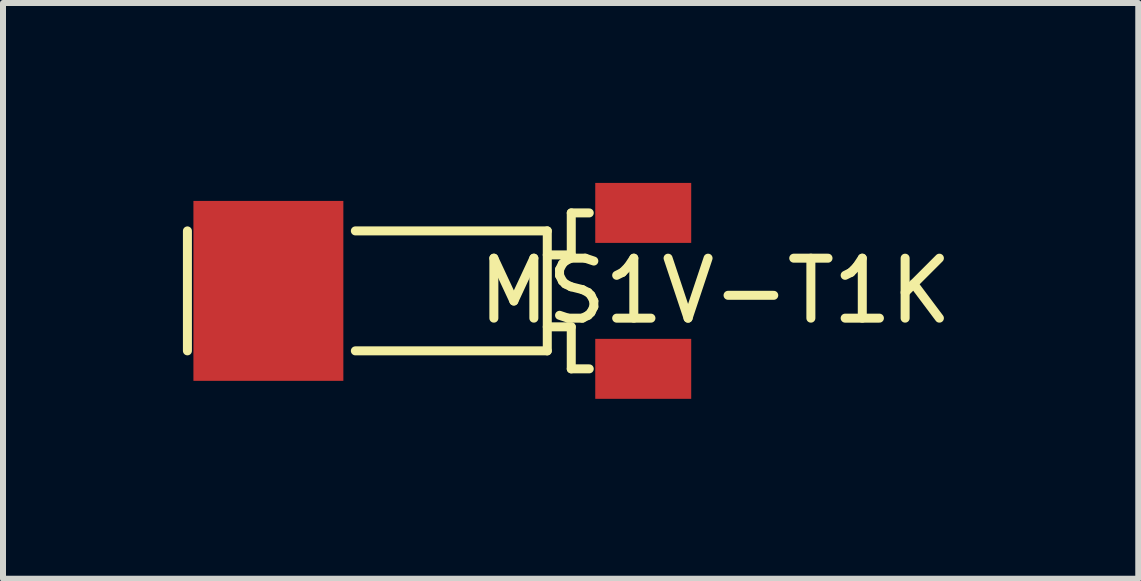
<source format=kicad_pcb>
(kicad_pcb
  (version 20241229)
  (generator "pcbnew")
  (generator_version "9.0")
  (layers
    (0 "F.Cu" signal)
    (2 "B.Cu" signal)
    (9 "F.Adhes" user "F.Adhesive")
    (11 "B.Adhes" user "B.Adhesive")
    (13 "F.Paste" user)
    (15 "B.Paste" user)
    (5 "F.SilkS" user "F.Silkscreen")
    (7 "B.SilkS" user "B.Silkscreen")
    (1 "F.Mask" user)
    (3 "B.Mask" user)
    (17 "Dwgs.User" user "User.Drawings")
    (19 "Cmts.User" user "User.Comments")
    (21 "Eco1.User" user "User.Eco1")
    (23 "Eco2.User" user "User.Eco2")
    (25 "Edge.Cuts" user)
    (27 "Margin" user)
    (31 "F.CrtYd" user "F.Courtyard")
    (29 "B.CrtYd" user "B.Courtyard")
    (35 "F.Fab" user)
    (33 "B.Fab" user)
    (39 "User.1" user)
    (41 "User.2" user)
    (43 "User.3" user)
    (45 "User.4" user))
  (footprint "MS1V-T1K"
    (layer "F.Cu")
    (at 6.875 1.8)
    (property "Reference" "MS1V-T1K" (at 2 0 0) (layer "F.SilkS") (effects (font (size 1 1) (thickness 0.15))))
    (attr through_hole)
    (fp_line (start -6.8 -1) (end -6.8 1) (stroke (width 0.15) (type solid)) (layer "F.SilkS"))
    (fp_line (start -4 -1) (end -0.8 -1) (stroke (width 0.15) (type solid)) (layer "F.SilkS"))
    (fp_line (start -4 1) (end -0.8 1) (stroke (width 0.15) (type solid)) (layer "F.SilkS"))
    (fp_line (start -0.8 -1) (end -0.8 1) (stroke (width 0.15) (type solid)) (layer "F.SilkS"))
    (fp_line (start -0.4 -1.3) (end -0.4 -0.6) (stroke (width 0.15) (type solid)) (layer "F.SilkS"))
    (fp_line (start -0.4 -0.6) (end -0.8 -0.6) (stroke (width 0.15) (type solid)) (layer "F.SilkS"))
    (fp_line (start -0.4 0.6) (end -0.8 0.6) (stroke (width 0.15) (type solid)) (layer "F.SilkS"))
    (fp_line (start -0.4 1.3) (end -0.4 0.6) (stroke (width 0.15) (type solid)) (layer "F.SilkS"))
    (fp_line (start -0.1 -1.3) (end -0.4 -1.3) (stroke (width 0.15) (type solid)) (layer "F.SilkS"))
    (fp_line (start -0.1 1.3) (end -0.4 1.3) (stroke (width 0.15) (type solid)) (layer "F.SilkS"))
    (pad "1" smd rect (at 0.8 1.3) (size 1.6 1) (layers "F.Cu" "F.Mask" "F.Paste"))
    (pad "2" smd rect (at 0.8 -1.3) (size 1.6 1) (layers "F.Cu" "F.Mask" "F.Paste"))
    (pad "3" smd rect (at -5.45 0) (size 2.5 3) (layers "F.Cu" "F.Mask" "F.Paste")))
  (gr_rect
    (start -3 -3)
    (end 15.929 6.6)
    (stroke (width 0.1) (type default))
    (fill no)
    (layer "Edge.Cuts")))
</source>
